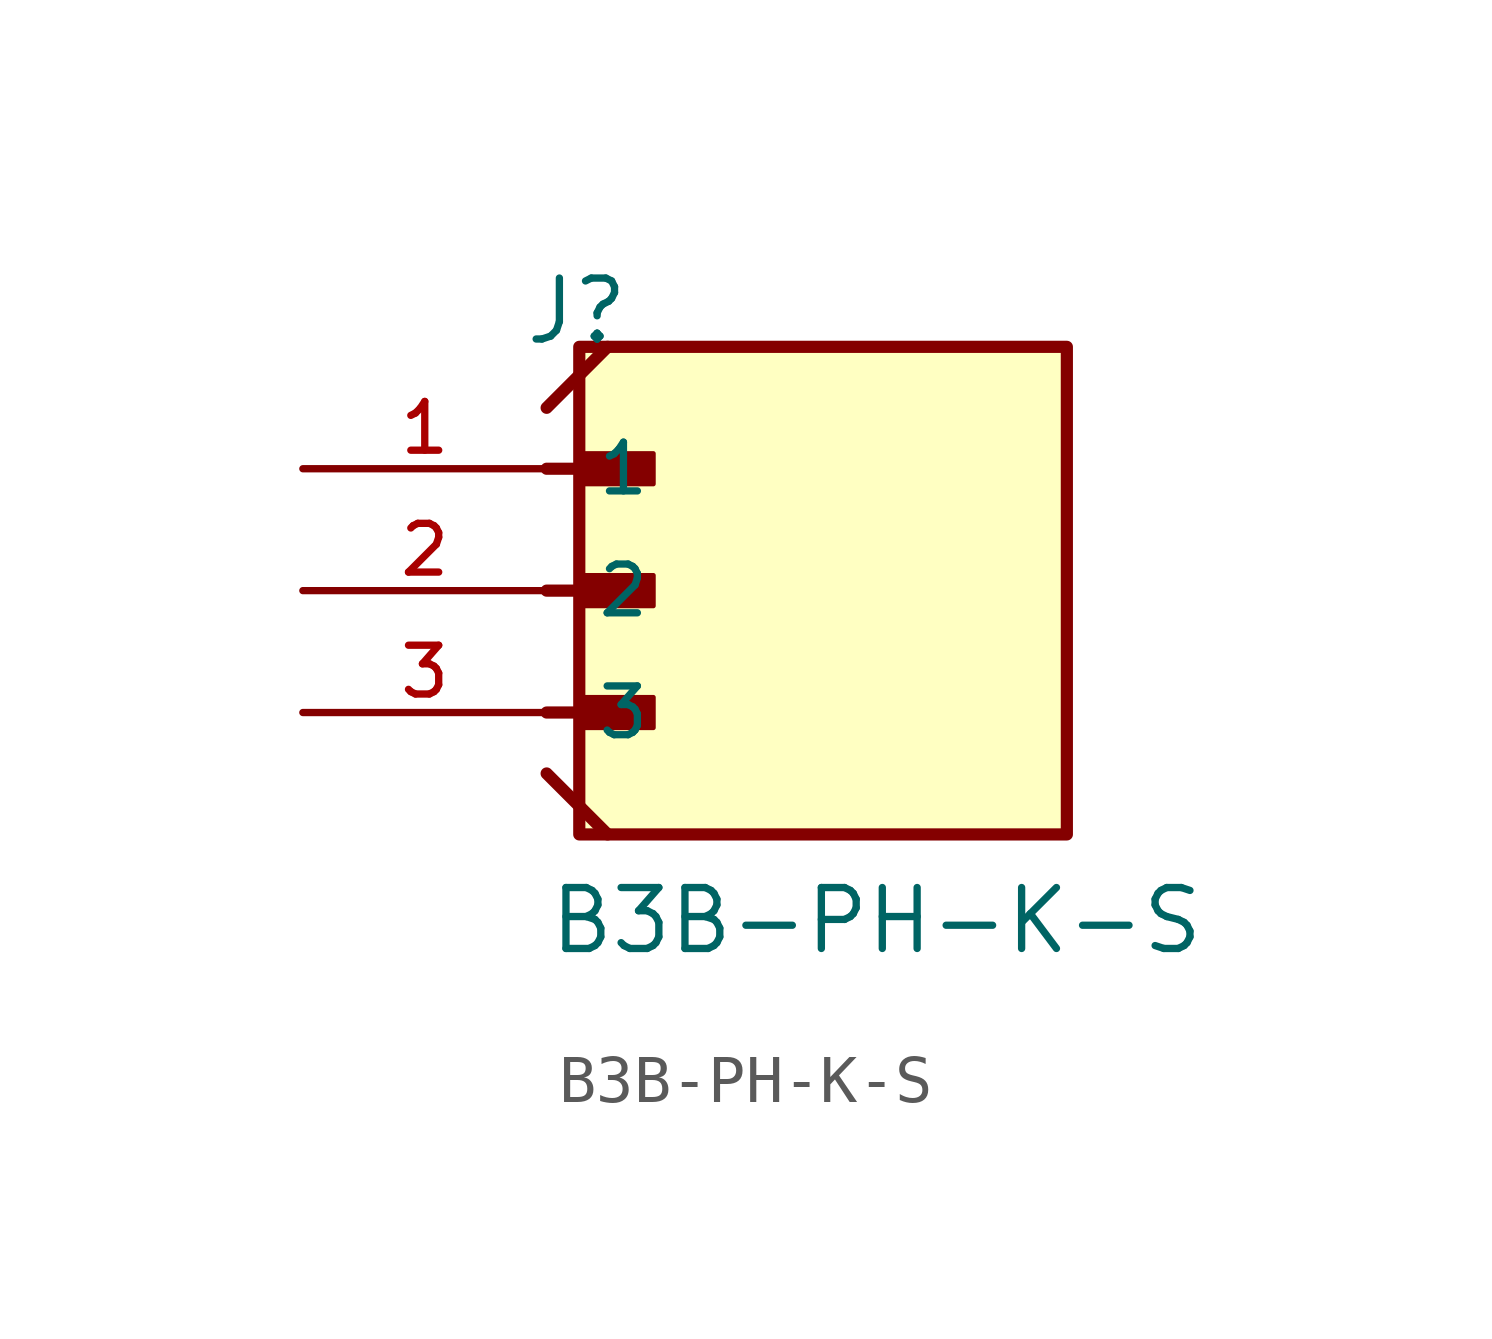
<source format=kicad_sym>
(kicad_symbol_lib
  (version 20211014)
  (generator kicad_symbol_editor)
  (symbol "B3B-PH-K-S"
    (pin_names
      (offset 1.016))
    (property "Reference" "J"
      (at -5.58 5.08 0)
      (effects (font (size 1.27 1.27)) (justify bottom left)))
    (property "Value" "B3B-PH-K-S"
      (at -5.08 -7.62 0)
      (effects (font (size 1.27 1.27)) (justify bottom left)))
    (symbol "B3B-PH-K-S_0_0"
      (polyline (pts (xy -5.08 2.54) (xy -3.175 2.54)) (stroke (width 0.254)))
      (rectangle (start -4.445 2.223) (end -2.857 2.857) (stroke (width 0.1)) (fill (type outline)))
      (polyline (pts (xy -5.08 0.0) (xy -3.175 0.0)) (stroke (width 0.254)))
      (rectangle (start -4.445 -0.318) (end -2.857 0.318) (stroke (width 0.1)) (fill (type outline)))
      (polyline (pts (xy -5.08 -2.54) (xy -3.175 -2.54)) (stroke (width 0.254)))
      (rectangle (start -4.445 -2.857) (end -2.857 -2.223) (stroke (width 0.1)) (fill (type outline)))
      (polyline (pts (xy -5.08 -3.81) (xy -3.81 -5.08)) (stroke (width 0.254)))
      (polyline (pts (xy -5.08 3.81) (xy -3.81 5.08)) (stroke (width 0.254)))
      (rectangle (start -4.4 -5.08) (end 5.76 5.08) (stroke (width 0.254)) (fill (type background)))
      (pin passive line (at -10.16 2.54 0) (length 5.08) (name "1" (effects (font (size 1.016 1.016)))) (number "1" (effects (font (size 1.016 1.016)))))
      (pin passive line (at -10.16 0.0 0) (length 5.08) (name "2" (effects (font (size 1.016 1.016)))) (number "2" (effects (font (size 1.016 1.016)))))
      (pin passive line (at -10.16 -2.54 0) (length 5.08) (name "3" (effects (font (size 1.016 1.016)))) (number "3" (effects (font (size 1.016 1.016))))))))
</source>
